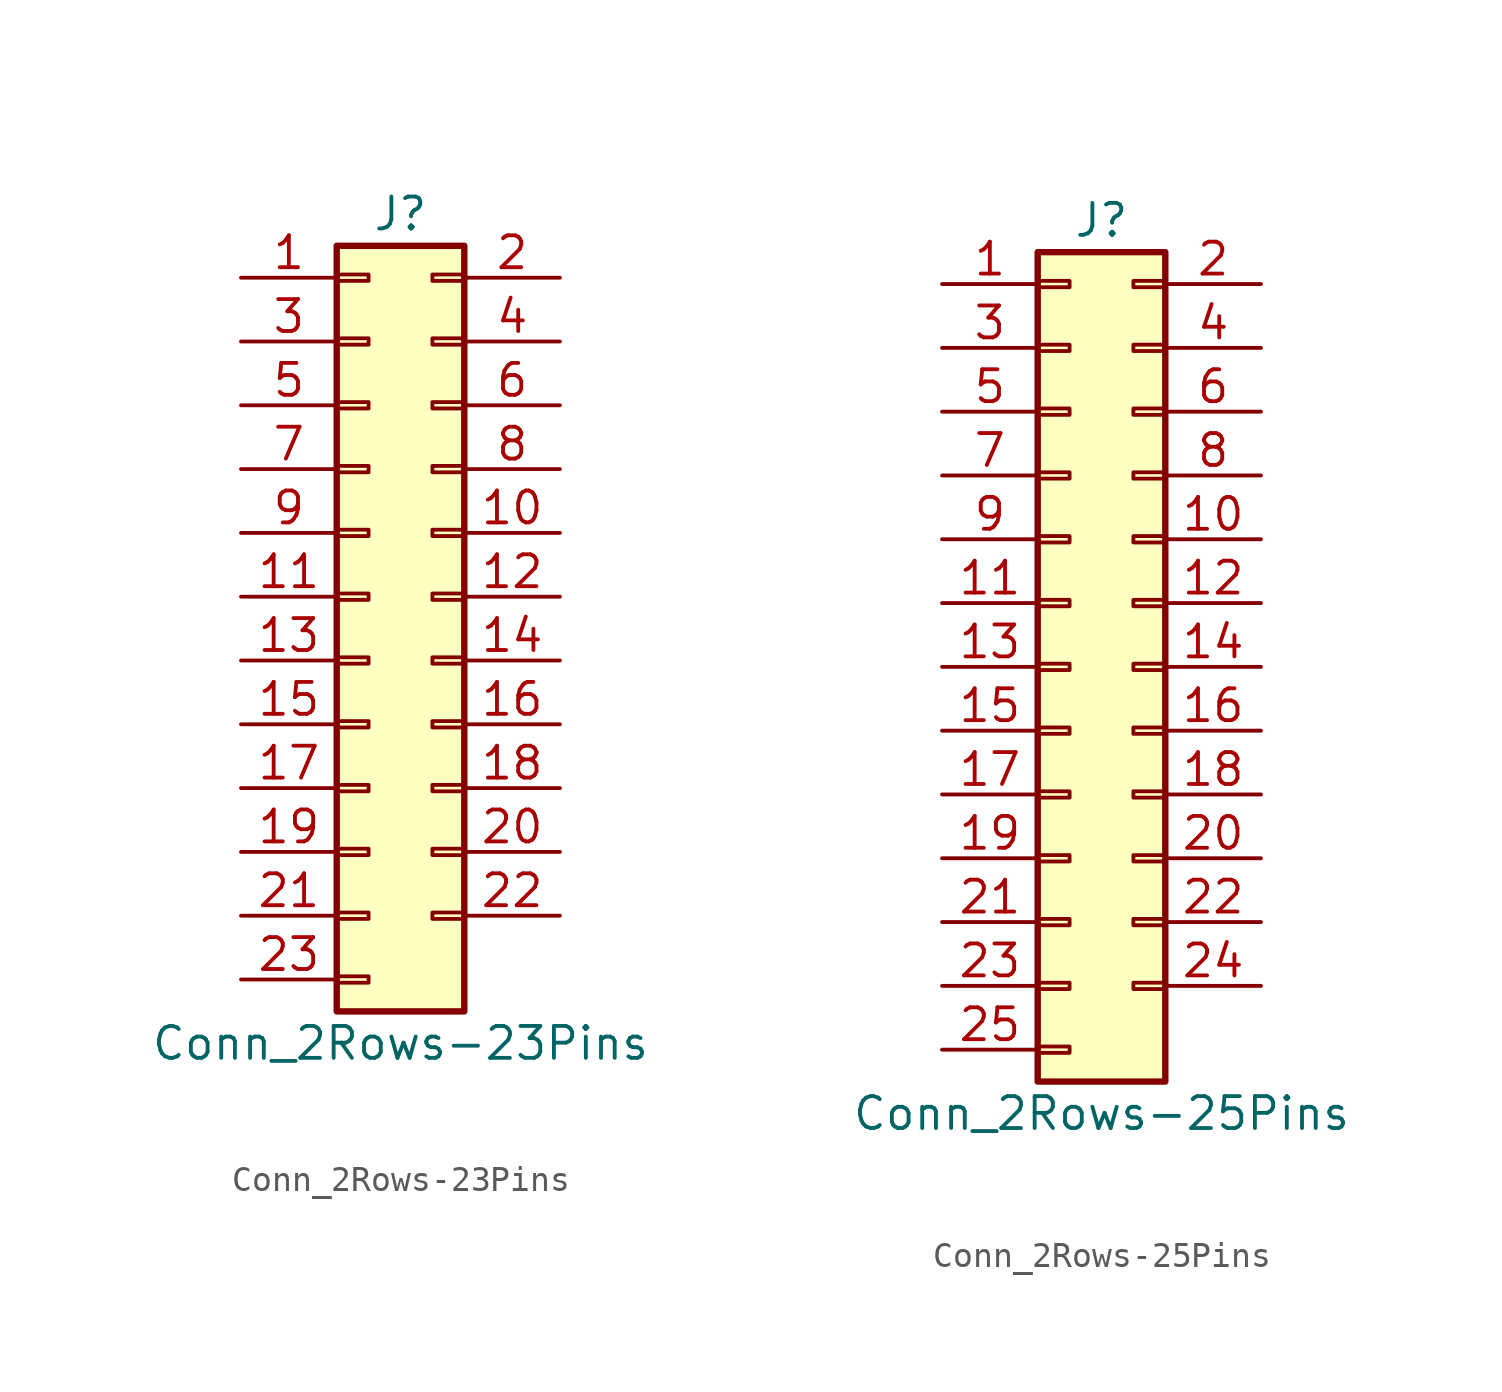
<source format=kicad_sym>
(kicad_symbol_lib
  (version 20220914)
  (generator kicad_symbol_editor)
  (symbol "Conn_2Rows-23Pins"
    (pin_names
      (offset 1.016) hide)
    (property "Reference" "J"
      (at 1.27 15.24 0)
      (effects (font (size 1.27 1.27))))
    (property "Value" "Conn_2Rows-23Pins"
      (at 1.27 -17.78 0)
      (effects (font (size 1.27 1.27))))
    (symbol "Conn_2Rows-23Pins_1_1"
      (rectangle (start -1.27 -15.113) (end 0 -15.367) (stroke (width 0.152) (type default)) (fill (type none)))
      (rectangle (start -1.27 -12.573) (end 0 -12.827) (stroke (width 0.152) (type default)) (fill (type none)))
      (rectangle (start -1.27 -10.033) (end 0 -10.287) (stroke (width 0.152) (type default)) (fill (type none)))
      (rectangle (start -1.27 -7.493) (end 0 -7.747) (stroke (width 0.152) (type default)) (fill (type none)))
      (rectangle (start -1.27 -4.953) (end 0 -5.207) (stroke (width 0.152) (type default)) (fill (type none)))
      (rectangle (start -1.27 -2.413) (end 0 -2.667) (stroke (width 0.152) (type default)) (fill (type none)))
      (rectangle (start -1.27 0.127) (end 0 -0.127) (stroke (width 0.152) (type default)) (fill (type none)))
      (rectangle (start -1.27 2.667) (end 0 2.413) (stroke (width 0.152) (type default)) (fill (type none)))
      (rectangle (start -1.27 5.207) (end 0 4.953) (stroke (width 0.152) (type default)) (fill (type none)))
      (rectangle (start -1.27 7.747) (end 0 7.493) (stroke (width 0.152) (type default)) (fill (type none)))
      (rectangle (start -1.27 10.287) (end 0 10.033) (stroke (width 0.152) (type default)) (fill (type none)))
      (rectangle (start -1.27 12.827) (end 0 12.573) (stroke (width 0.152) (type default)) (fill (type none)))
      (rectangle (start -1.27 13.97) (end 3.81 -16.51) (stroke (width 0.254) (type default)) (fill (type background)))
      (rectangle (start 3.81 -12.573) (end 2.54 -12.827) (stroke (width 0.152) (type default)) (fill (type none)))
      (rectangle (start 3.81 -10.033) (end 2.54 -10.287) (stroke (width 0.152) (type default)) (fill (type none)))
      (rectangle (start 3.81 -7.493) (end 2.54 -7.747) (stroke (width 0.152) (type default)) (fill (type none)))
      (rectangle (start 3.81 -4.953) (end 2.54 -5.207) (stroke (width 0.152) (type default)) (fill (type none)))
      (rectangle (start 3.81 -2.413) (end 2.54 -2.667) (stroke (width 0.152) (type default)) (fill (type none)))
      (rectangle (start 3.81 0.127) (end 2.54 -0.127) (stroke (width 0.152) (type default)) (fill (type none)))
      (rectangle (start 3.81 2.667) (end 2.54 2.413) (stroke (width 0.152) (type default)) (fill (type none)))
      (rectangle (start 3.81 5.207) (end 2.54 4.953) (stroke (width 0.152) (type default)) (fill (type none)))
      (rectangle (start 3.81 7.747) (end 2.54 7.493) (stroke (width 0.152) (type default)) (fill (type none)))
      (rectangle (start 3.81 10.287) (end 2.54 10.033) (stroke (width 0.152) (type default)) (fill (type none)))
      (rectangle (start 3.81 12.827) (end 2.54 12.573) (stroke (width 0.152) (type default)) (fill (type none)))
      (pin passive line (at -5.08 12.7 0) (length 3.81) (name "Pin_1" (effects (font (size 1.27 1.27)))) (number "1" (effects (font (size 1.27 1.27)))))
      (pin passive line (at 7.62 2.54 180) (length 3.81) (name "Pin_10" (effects (font (size 1.27 1.27)))) (number "10" (effects (font (size 1.27 1.27)))))
      (pin passive line (at -5.08 0 0) (length 3.81) (name "Pin_11" (effects (font (size 1.27 1.27)))) (number "11" (effects (font (size 1.27 1.27)))))
      (pin passive line (at 7.62 0 180) (length 3.81) (name "Pin_12" (effects (font (size 1.27 1.27)))) (number "12" (effects (font (size 1.27 1.27)))))
      (pin passive line (at -5.08 -2.54 0) (length 3.81) (name "Pin_13" (effects (font (size 1.27 1.27)))) (number "13" (effects (font (size 1.27 1.27)))))
      (pin passive line (at 7.62 -2.54 180) (length 3.81) (name "Pin_14" (effects (font (size 1.27 1.27)))) (number "14" (effects (font (size 1.27 1.27)))))
      (pin passive line (at -5.08 -5.08 0) (length 3.81) (name "Pin_15" (effects (font (size 1.27 1.27)))) (number "15" (effects (font (size 1.27 1.27)))))
      (pin passive line (at 7.62 -5.08 180) (length 3.81) (name "Pin_16" (effects (font (size 1.27 1.27)))) (number "16" (effects (font (size 1.27 1.27)))))
      (pin passive line (at -5.08 -7.62 0) (length 3.81) (name "Pin_17" (effects (font (size 1.27 1.27)))) (number "17" (effects (font (size 1.27 1.27)))))
      (pin passive line (at 7.62 -7.62 180) (length 3.81) (name "Pin_18" (effects (font (size 1.27 1.27)))) (number "18" (effects (font (size 1.27 1.27)))))
      (pin passive line (at -5.08 -10.16 0) (length 3.81) (name "Pin_19" (effects (font (size 1.27 1.27)))) (number "19" (effects (font (size 1.27 1.27)))))
      (pin passive line (at 7.62 12.7 180) (length 3.81) (name "Pin_2" (effects (font (size 1.27 1.27)))) (number "2" (effects (font (size 1.27 1.27)))))
      (pin passive line (at 7.62 -10.16 180) (length 3.81) (name "Pin_20" (effects (font (size 1.27 1.27)))) (number "20" (effects (font (size 1.27 1.27)))))
      (pin passive line (at -5.08 -12.7 0) (length 3.81) (name "Pin_21" (effects (font (size 1.27 1.27)))) (number "21" (effects (font (size 1.27 1.27)))))
      (pin passive line (at 7.62 -12.7 180) (length 3.81) (name "Pin_22" (effects (font (size 1.27 1.27)))) (number "22" (effects (font (size 1.27 1.27)))))
      (pin passive line (at -5.08 -15.24 0) (length 3.81) (name "Pin_23" (effects (font (size 1.27 1.27)))) (number "23" (effects (font (size 1.27 1.27)))))
      (pin passive line (at -5.08 10.16 0) (length 3.81) (name "Pin_3" (effects (font (size 1.27 1.27)))) (number "3" (effects (font (size 1.27 1.27)))))
      (pin passive line (at 7.62 10.16 180) (length 3.81) (name "Pin_4" (effects (font (size 1.27 1.27)))) (number "4" (effects (font (size 1.27 1.27)))))
      (pin passive line (at -5.08 7.62 0) (length 3.81) (name "Pin_5" (effects (font (size 1.27 1.27)))) (number "5" (effects (font (size 1.27 1.27)))))
      (pin passive line (at 7.62 7.62 180) (length 3.81) (name "Pin_6" (effects (font (size 1.27 1.27)))) (number "6" (effects (font (size 1.27 1.27)))))
      (pin passive line (at -5.08 5.08 0) (length 3.81) (name "Pin_7" (effects (font (size 1.27 1.27)))) (number "7" (effects (font (size 1.27 1.27)))))
      (pin passive line (at 7.62 5.08 180) (length 3.81) (name "Pin_8" (effects (font (size 1.27 1.27)))) (number "8" (effects (font (size 1.27 1.27)))))
      (pin passive line (at -5.08 2.54 0) (length 3.81) (name "Pin_9" (effects (font (size 1.27 1.27)))) (number "9" (effects (font (size 1.27 1.27)))))))
  (symbol "Conn_2Rows-25Pins"
    (pin_names
      (offset 1.016) hide)
    (property "Reference" "J"
      (at 1.27 17.78 0)
      (effects (font (size 1.27 1.27))))
    (property "Value" "Conn_2Rows-25Pins"
      (at 1.27 -17.78 0)
      (effects (font (size 1.27 1.27))))
    (symbol "Conn_2Rows-25Pins_1_1"
      (rectangle (start -1.27 -15.113) (end 0 -15.367) (stroke (width 0.152) (type default)) (fill (type none)))
      (rectangle (start -1.27 -12.573) (end 0 -12.827) (stroke (width 0.152) (type default)) (fill (type none)))
      (rectangle (start -1.27 -10.033) (end 0 -10.287) (stroke (width 0.152) (type default)) (fill (type none)))
      (rectangle (start -1.27 -7.493) (end 0 -7.747) (stroke (width 0.152) (type default)) (fill (type none)))
      (rectangle (start -1.27 -4.953) (end 0 -5.207) (stroke (width 0.152) (type default)) (fill (type none)))
      (rectangle (start -1.27 -2.413) (end 0 -2.667) (stroke (width 0.152) (type default)) (fill (type none)))
      (rectangle (start -1.27 0.127) (end 0 -0.127) (stroke (width 0.152) (type default)) (fill (type none)))
      (rectangle (start -1.27 2.667) (end 0 2.413) (stroke (width 0.152) (type default)) (fill (type none)))
      (rectangle (start -1.27 5.207) (end 0 4.953) (stroke (width 0.152) (type default)) (fill (type none)))
      (rectangle (start -1.27 7.747) (end 0 7.493) (stroke (width 0.152) (type default)) (fill (type none)))
      (rectangle (start -1.27 10.287) (end 0 10.033) (stroke (width 0.152) (type default)) (fill (type none)))
      (rectangle (start -1.27 12.827) (end 0 12.573) (stroke (width 0.152) (type default)) (fill (type none)))
      (rectangle (start -1.27 15.367) (end 0 15.113) (stroke (width 0.152) (type default)) (fill (type none)))
      (rectangle (start -1.27 16.51) (end 3.81 -16.51) (stroke (width 0.254) (type default)) (fill (type background)))
      (rectangle (start 3.81 -12.573) (end 2.54 -12.827) (stroke (width 0.152) (type default)) (fill (type none)))
      (rectangle (start 3.81 -10.033) (end 2.54 -10.287) (stroke (width 0.152) (type default)) (fill (type none)))
      (rectangle (start 3.81 -7.493) (end 2.54 -7.747) (stroke (width 0.152) (type default)) (fill (type none)))
      (rectangle (start 3.81 -4.953) (end 2.54 -5.207) (stroke (width 0.152) (type default)) (fill (type none)))
      (rectangle (start 3.81 -2.413) (end 2.54 -2.667) (stroke (width 0.152) (type default)) (fill (type none)))
      (rectangle (start 3.81 0.127) (end 2.54 -0.127) (stroke (width 0.152) (type default)) (fill (type none)))
      (rectangle (start 3.81 2.667) (end 2.54 2.413) (stroke (width 0.152) (type default)) (fill (type none)))
      (rectangle (start 3.81 5.207) (end 2.54 4.953) (stroke (width 0.152) (type default)) (fill (type none)))
      (rectangle (start 3.81 7.747) (end 2.54 7.493) (stroke (width 0.152) (type default)) (fill (type none)))
      (rectangle (start 3.81 10.287) (end 2.54 10.033) (stroke (width 0.152) (type default)) (fill (type none)))
      (rectangle (start 3.81 12.827) (end 2.54 12.573) (stroke (width 0.152) (type default)) (fill (type none)))
      (rectangle (start 3.81 15.367) (end 2.54 15.113) (stroke (width 0.152) (type default)) (fill (type none)))
      (pin passive line (at -5.08 15.24 0) (length 3.81) (name "Pin_1" (effects (font (size 1.27 1.27)))) (number "1" (effects (font (size 1.27 1.27)))))
      (pin passive line (at 7.62 5.08 180) (length 3.81) (name "Pin_10" (effects (font (size 1.27 1.27)))) (number "10" (effects (font (size 1.27 1.27)))))
      (pin passive line (at -5.08 2.54 0) (length 3.81) (name "Pin_11" (effects (font (size 1.27 1.27)))) (number "11" (effects (font (size 1.27 1.27)))))
      (pin passive line (at 7.62 2.54 180) (length 3.81) (name "Pin_12" (effects (font (size 1.27 1.27)))) (number "12" (effects (font (size 1.27 1.27)))))
      (pin passive line (at -5.08 0 0) (length 3.81) (name "Pin_13" (effects (font (size 1.27 1.27)))) (number "13" (effects (font (size 1.27 1.27)))))
      (pin passive line (at 7.62 0 180) (length 3.81) (name "Pin_14" (effects (font (size 1.27 1.27)))) (number "14" (effects (font (size 1.27 1.27)))))
      (pin passive line (at -5.08 -2.54 0) (length 3.81) (name "Pin_15" (effects (font (size 1.27 1.27)))) (number "15" (effects (font (size 1.27 1.27)))))
      (pin passive line (at 7.62 -2.54 180) (length 3.81) (name "Pin_16" (effects (font (size 1.27 1.27)))) (number "16" (effects (font (size 1.27 1.27)))))
      (pin passive line (at -5.08 -5.08 0) (length 3.81) (name "Pin_17" (effects (font (size 1.27 1.27)))) (number "17" (effects (font (size 1.27 1.27)))))
      (pin passive line (at 7.62 -5.08 180) (length 3.81) (name "Pin_18" (effects (font (size 1.27 1.27)))) (number "18" (effects (font (size 1.27 1.27)))))
      (pin passive line (at -5.08 -7.62 0) (length 3.81) (name "Pin_19" (effects (font (size 1.27 1.27)))) (number "19" (effects (font (size 1.27 1.27)))))
      (pin passive line (at 7.62 15.24 180) (length 3.81) (name "Pin_2" (effects (font (size 1.27 1.27)))) (number "2" (effects (font (size 1.27 1.27)))))
      (pin passive line (at 7.62 -7.62 180) (length 3.81) (name "Pin_20" (effects (font (size 1.27 1.27)))) (number "20" (effects (font (size 1.27 1.27)))))
      (pin passive line (at -5.08 -10.16 0) (length 3.81) (name "Pin_21" (effects (font (size 1.27 1.27)))) (number "21" (effects (font (size 1.27 1.27)))))
      (pin passive line (at 7.62 -10.16 180) (length 3.81) (name "Pin_22" (effects (font (size 1.27 1.27)))) (number "22" (effects (font (size 1.27 1.27)))))
      (pin passive line (at -5.08 -12.7 0) (length 3.81) (name "Pin_23" (effects (font (size 1.27 1.27)))) (number "23" (effects (font (size 1.27 1.27)))))
      (pin passive line (at 7.62 -12.7 180) (length 3.81) (name "Pin_24" (effects (font (size 1.27 1.27)))) (number "24" (effects (font (size 1.27 1.27)))))
      (pin passive line (at -5.08 -15.24 0) (length 3.81) (name "Pin_25" (effects (font (size 1.27 1.27)))) (number "25" (effects (font (size 1.27 1.27)))))
      (pin passive line (at -5.08 12.7 0) (length 3.81) (name "Pin_3" (effects (font (size 1.27 1.27)))) (number "3" (effects (font (size 1.27 1.27)))))
      (pin passive line (at 7.62 12.7 180) (length 3.81) (name "Pin_4" (effects (font (size 1.27 1.27)))) (number "4" (effects (font (size 1.27 1.27)))))
      (pin passive line (at -5.08 10.16 0) (length 3.81) (name "Pin_5" (effects (font (size 1.27 1.27)))) (number "5" (effects (font (size 1.27 1.27)))))
      (pin passive line (at 7.62 10.16 180) (length 3.81) (name "Pin_6" (effects (font (size 1.27 1.27)))) (number "6" (effects (font (size 1.27 1.27)))))
      (pin passive line (at -5.08 7.62 0) (length 3.81) (name "Pin_7" (effects (font (size 1.27 1.27)))) (number "7" (effects (font (size 1.27 1.27)))))
      (pin passive line (at 7.62 7.62 180) (length 3.81) (name "Pin_8" (effects (font (size 1.27 1.27)))) (number "8" (effects (font (size 1.27 1.27)))))
      (pin passive line (at -5.08 5.08 0) (length 3.81) (name "Pin_9" (effects (font (size 1.27 1.27)))) (number "9" (effects (font (size 1.27 1.27))))))))
</source>
